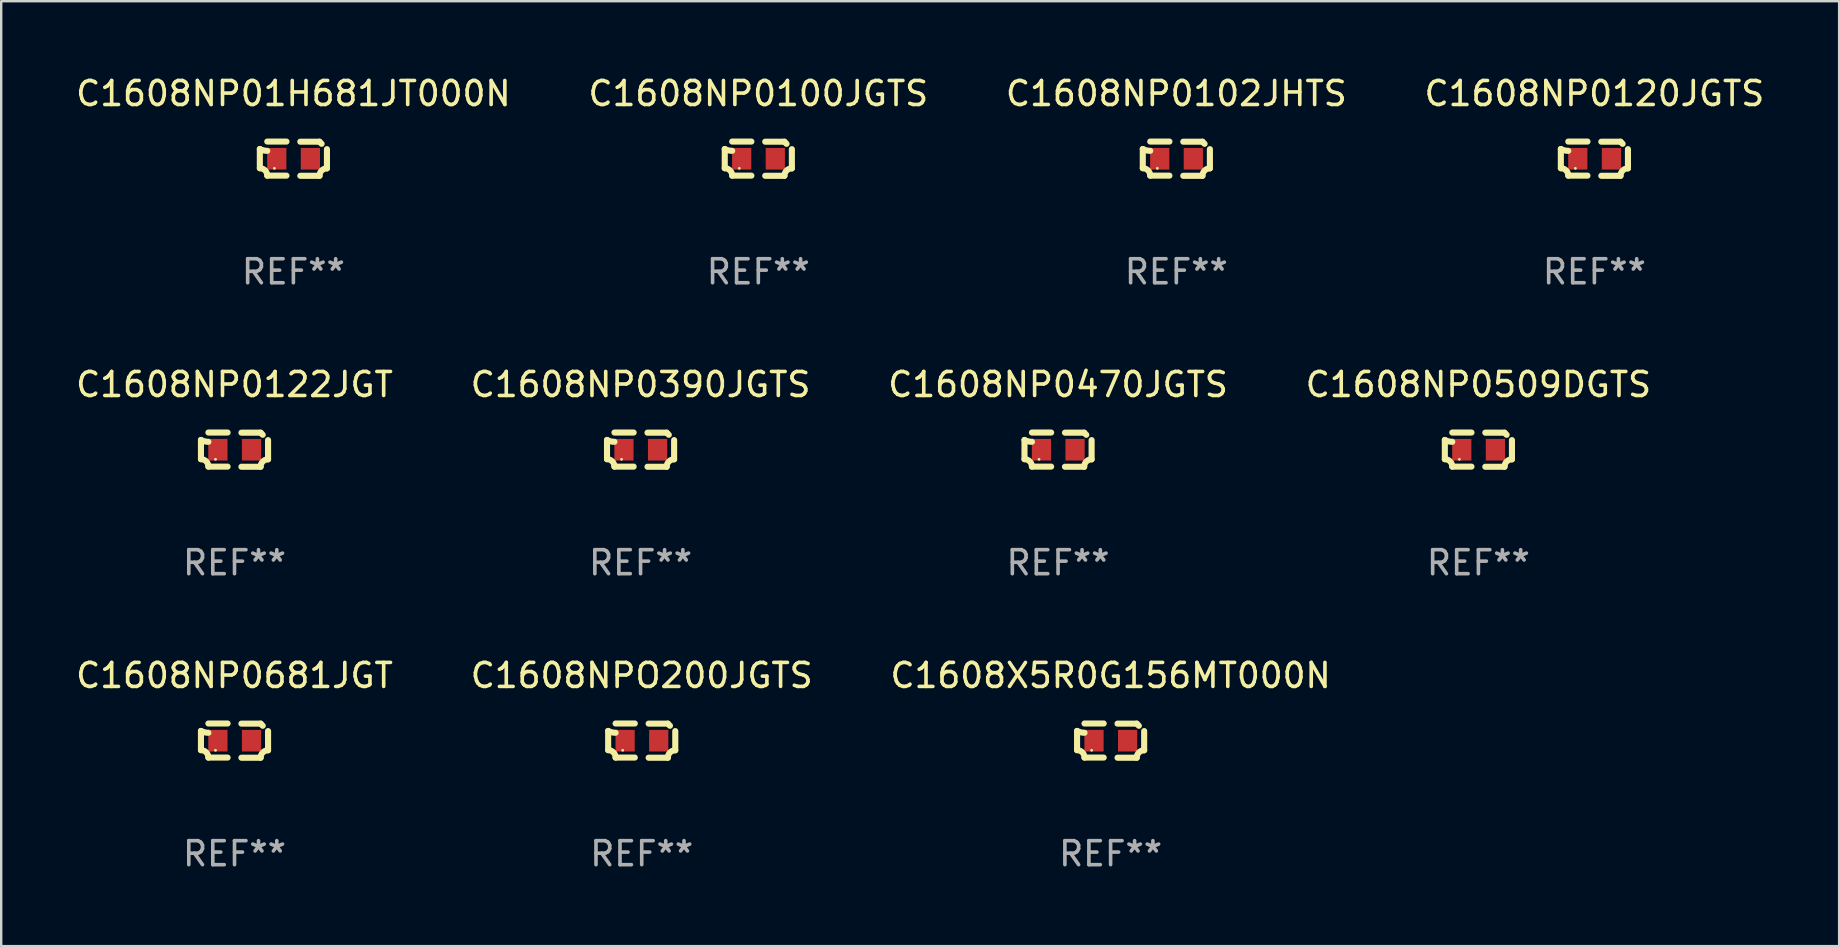
<source format=kicad_pcb>
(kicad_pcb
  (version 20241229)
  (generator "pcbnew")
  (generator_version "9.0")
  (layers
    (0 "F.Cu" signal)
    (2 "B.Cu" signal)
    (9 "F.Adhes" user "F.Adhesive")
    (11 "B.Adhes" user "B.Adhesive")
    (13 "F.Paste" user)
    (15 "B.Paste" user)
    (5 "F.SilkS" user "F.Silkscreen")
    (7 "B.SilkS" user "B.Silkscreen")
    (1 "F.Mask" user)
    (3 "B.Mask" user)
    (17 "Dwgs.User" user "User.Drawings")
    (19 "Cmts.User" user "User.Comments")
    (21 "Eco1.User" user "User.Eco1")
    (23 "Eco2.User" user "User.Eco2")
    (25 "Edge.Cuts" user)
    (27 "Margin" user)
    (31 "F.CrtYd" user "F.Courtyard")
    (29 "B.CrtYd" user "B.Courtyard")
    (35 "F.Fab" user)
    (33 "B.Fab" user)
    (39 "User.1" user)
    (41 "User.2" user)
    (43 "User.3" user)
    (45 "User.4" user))
  (footprint "C1608NP0122JGT"
    (layer "F.Cu")
    (at 6.72 15.683)
    (property "Reference" "C1608NP0122JGT" (at 0 -2.713 0) (layer "F.SilkS") (effects (font (size 1 1) (thickness 0.15))))
    (attr through_hole)
    (fp_line (start -1.398 -0.403) (end -1.398 0.397) (stroke (width 0.254) (type solid)) (layer "F.SilkS"))
    (fp_line (start -0.288 -0.713) (end -1.088 -0.713) (stroke (width 0.254) (type solid)) (layer "F.SilkS"))
    (fp_line (start -0.288 0.707) (end -1.088 0.707) (stroke (width 0.254) (type solid)) (layer "F.SilkS"))
    (fp_line (start 0.288 -0.707) (end 1.088 -0.707) (stroke (width 0.254) (type solid)) (layer "F.SilkS"))
    (fp_line (start 0.288 0.713) (end 1.088 0.713) (stroke (width 0.254) (type solid)) (layer "F.SilkS"))
    (fp_line (start 1.398 -0.397) (end 1.398 0.403) (stroke (width 0.254) (type solid)) (layer "F.SilkS"))
    (fp_arc (start -1.397789 0.397066) (mid -1.178701 0.487826) (end -1.08796 0.706922) (stroke (width 0.254001) (type solid)) (layer "F.SilkS"))
    (fp_arc (start -1.08796 -0.327176) (mid -1.247436 -0.346384) (end -1.39779 -0.402908) (stroke (width 0.254001) (type solid)) (layer "F.SilkS"))
    (fp_arc (start 1.087909 0.712738) (mid 1.178656 0.493655) (end 1.397739 0.402908) (stroke (width 0.254001) (type solid)) (layer "F.SilkS"))
    (fp_arc (start 1.175925 -0.618926) (mid 1.131917 -0.662923) (end 1.08791 -0.706922) (stroke (width 0.254001) (type solid)) (layer "F.SilkS"))
    (fp_circle (center -0.792 0.403) (end -0.762 0.403) (stroke (width 0.06) (type solid)) (fill no) (layer "F.SilkS"))
    (fp_text user "REF**" (at 0 4.713 0) (layer "F.Fab") (effects (font (size 1 1) (thickness 0.15))))
    (pad "1" smd rect (at -0.692 0.003) (size 0.8 0.9) (layers "F.Cu" "F.Mask" "F.Paste"))
    (pad "2" smd rect (at 0.708 0.003) (size 0.8 0.9) (layers "F.Cu" "F.Mask" "F.Paste")))
  (footprint "C1608NPO200JGTS"
    (layer "F.Cu")
    (at 23.685 27.805)
    (property "Reference" "C1608NPO200JGTS" (at 0 -2.713 0) (layer "F.SilkS") (effects (font (size 1 1) (thickness 0.15))))
    (attr through_hole)
    (fp_line (start -1.398 -0.403) (end -1.398 0.397) (stroke (width 0.254) (type solid)) (layer "F.SilkS"))
    (fp_line (start -0.288 -0.713) (end -1.088 -0.713) (stroke (width 0.254) (type solid)) (layer "F.SilkS"))
    (fp_line (start -0.288 0.707) (end -1.088 0.707) (stroke (width 0.254) (type solid)) (layer "F.SilkS"))
    (fp_line (start 0.288 -0.707) (end 1.088 -0.707) (stroke (width 0.254) (type solid)) (layer "F.SilkS"))
    (fp_line (start 0.288 0.713) (end 1.088 0.713) (stroke (width 0.254) (type solid)) (layer "F.SilkS"))
    (fp_line (start 1.398 -0.397) (end 1.398 0.403) (stroke (width 0.254) (type solid)) (layer "F.SilkS"))
    (fp_arc (start -1.397789 0.397066) (mid -1.178701 0.487826) (end -1.08796 0.706922) (stroke (width 0.254001) (type solid)) (layer "F.SilkS"))
    (fp_arc (start -1.08796 -0.327176) (mid -1.247436 -0.346384) (end -1.39779 -0.402908) (stroke (width 0.254001) (type solid)) (layer "F.SilkS"))
    (fp_arc (start 1.087909 0.712738) (mid 1.178656 0.493655) (end 1.397739 0.402908) (stroke (width 0.254001) (type solid)) (layer "F.SilkS"))
    (fp_arc (start 1.175925 -0.618926) (mid 1.131917 -0.662923) (end 1.08791 -0.706922) (stroke (width 0.254001) (type solid)) (layer "F.SilkS"))
    (fp_circle (center -0.792 0.403) (end -0.762 0.403) (stroke (width 0.06) (type solid)) (fill no) (layer "F.SilkS"))
    (fp_text user "REF**" (at 0 4.713 0) (layer "F.Fab") (effects (font (size 1 1) (thickness 0.15))))
    (pad "1" smd rect (at -0.692 0.003) (size 0.8 0.9) (layers "F.Cu" "F.Mask" "F.Paste"))
    (pad "2" smd rect (at 0.708 0.003) (size 0.8 0.9) (layers "F.Cu" "F.Mask" "F.Paste")))
  (footprint "C1608NP0120JGTS"
    (layer "F.Cu")
    (at 63.375 3.561)
    (property "Reference" "C1608NP0120JGTS" (at 0 -2.713 0) (layer "F.SilkS") (effects (font (size 1 1) (thickness 0.15))))
    (attr through_hole)
    (fp_line (start -1.398 -0.403) (end -1.398 0.397) (stroke (width 0.254) (type solid)) (layer "F.SilkS"))
    (fp_line (start -0.288 -0.713) (end -1.088 -0.713) (stroke (width 0.254) (type solid)) (layer "F.SilkS"))
    (fp_line (start -0.288 0.707) (end -1.088 0.707) (stroke (width 0.254) (type solid)) (layer "F.SilkS"))
    (fp_line (start 0.288 -0.707) (end 1.088 -0.707) (stroke (width 0.254) (type solid)) (layer "F.SilkS"))
    (fp_line (start 0.288 0.713) (end 1.088 0.713) (stroke (width 0.254) (type solid)) (layer "F.SilkS"))
    (fp_line (start 1.398 -0.397) (end 1.398 0.403) (stroke (width 0.254) (type solid)) (layer "F.SilkS"))
    (fp_arc (start -1.397789 0.397066) (mid -1.178701 0.487826) (end -1.08796 0.706922) (stroke (width 0.254001) (type solid)) (layer "F.SilkS"))
    (fp_arc (start -1.08796 -0.327176) (mid -1.247436 -0.346384) (end -1.39779 -0.402908) (stroke (width 0.254001) (type solid)) (layer "F.SilkS"))
    (fp_arc (start 1.087909 0.712738) (mid 1.178656 0.493655) (end 1.397739 0.402908) (stroke (width 0.254001) (type solid)) (layer "F.SilkS"))
    (fp_arc (start 1.175925 -0.618926) (mid 1.131917 -0.662923) (end 1.08791 -0.706922) (stroke (width 0.254001) (type solid)) (layer "F.SilkS"))
    (fp_circle (center -0.792 0.403) (end -0.762 0.403) (stroke (width 0.06) (type solid)) (fill no) (layer "F.SilkS"))
    (fp_text user "REF**" (at 0 4.713 0) (layer "F.Fab") (effects (font (size 1 1) (thickness 0.15))))
    (pad "1" smd rect (at -0.692 0.003) (size 0.8 0.9) (layers "F.Cu" "F.Mask" "F.Paste"))
    (pad "2" smd rect (at 0.708 0.003) (size 0.8 0.9) (layers "F.Cu" "F.Mask" "F.Paste")))
  (footprint "C1608NP01H681JT000N"
    (layer "F.Cu")
    (at 9.173 3.561)
    (property "Reference" "C1608NP01H681JT000N" (at 0 -2.713 0) (layer "F.SilkS") (effects (font (size 1 1) (thickness 0.15))))
    (attr through_hole)
    (fp_line (start -1.398 -0.403) (end -1.398 0.397) (stroke (width 0.254) (type solid)) (layer "F.SilkS"))
    (fp_line (start -0.288 -0.713) (end -1.088 -0.713) (stroke (width 0.254) (type solid)) (layer "F.SilkS"))
    (fp_line (start -0.288 0.707) (end -1.088 0.707) (stroke (width 0.254) (type solid)) (layer "F.SilkS"))
    (fp_line (start 0.288 -0.707) (end 1.088 -0.707) (stroke (width 0.254) (type solid)) (layer "F.SilkS"))
    (fp_line (start 0.288 0.713) (end 1.088 0.713) (stroke (width 0.254) (type solid)) (layer "F.SilkS"))
    (fp_line (start 1.398 -0.397) (end 1.398 0.403) (stroke (width 0.254) (type solid)) (layer "F.SilkS"))
    (fp_arc (start -1.397789 0.397066) (mid -1.178701 0.487826) (end -1.08796 0.706922) (stroke (width 0.254001) (type solid)) (layer "F.SilkS"))
    (fp_arc (start -1.08796 -0.327176) (mid -1.247436 -0.346384) (end -1.39779 -0.402908) (stroke (width 0.254001) (type solid)) (layer "F.SilkS"))
    (fp_arc (start 1.087909 0.712738) (mid 1.178656 0.493655) (end 1.397739 0.402908) (stroke (width 0.254001) (type solid)) (layer "F.SilkS"))
    (fp_arc (start 1.175925 -0.618926) (mid 1.131917 -0.662923) (end 1.08791 -0.706922) (stroke (width 0.254001) (type solid)) (layer "F.SilkS"))
    (fp_circle (center -0.792 0.403) (end -0.762 0.403) (stroke (width 0.06) (type solid)) (fill no) (layer "F.SilkS"))
    (fp_text user "REF**" (at 0 4.713 0) (layer "F.Fab") (effects (font (size 1 1) (thickness 0.15))))
    (pad "1" smd rect (at -0.692 0.003) (size 0.8 0.9) (layers "F.Cu" "F.Mask" "F.Paste"))
    (pad "2" smd rect (at 0.708 0.003) (size 0.8 0.9) (layers "F.Cu" "F.Mask" "F.Paste")))
  (footprint "C1608NP0509DGTS"
    (layer "F.Cu")
    (at 58.542 15.683)
    (property "Reference" "C1608NP0509DGTS" (at 0 -2.713 0) (layer "F.SilkS") (effects (font (size 1 1) (thickness 0.15))))
    (attr through_hole)
    (fp_line (start -1.398 -0.403) (end -1.398 0.397) (stroke (width 0.254) (type solid)) (layer "F.SilkS"))
    (fp_line (start -0.288 -0.713) (end -1.088 -0.713) (stroke (width 0.254) (type solid)) (layer "F.SilkS"))
    (fp_line (start -0.288 0.707) (end -1.088 0.707) (stroke (width 0.254) (type solid)) (layer "F.SilkS"))
    (fp_line (start 0.288 -0.707) (end 1.088 -0.707) (stroke (width 0.254) (type solid)) (layer "F.SilkS"))
    (fp_line (start 0.288 0.713) (end 1.088 0.713) (stroke (width 0.254) (type solid)) (layer "F.SilkS"))
    (fp_line (start 1.398 -0.397) (end 1.398 0.403) (stroke (width 0.254) (type solid)) (layer "F.SilkS"))
    (fp_arc (start -1.397789 0.397066) (mid -1.178701 0.487826) (end -1.08796 0.706922) (stroke (width 0.254001) (type solid)) (layer "F.SilkS"))
    (fp_arc (start -1.08796 -0.327176) (mid -1.247436 -0.346384) (end -1.39779 -0.402908) (stroke (width 0.254001) (type solid)) (layer "F.SilkS"))
    (fp_arc (start 1.087909 0.712738) (mid 1.178656 0.493655) (end 1.397739 0.402908) (stroke (width 0.254001) (type solid)) (layer "F.SilkS"))
    (fp_arc (start 1.175925 -0.618926) (mid 1.131917 -0.662923) (end 1.08791 -0.706922) (stroke (width 0.254001) (type solid)) (layer "F.SilkS"))
    (fp_circle (center -0.792 0.403) (end -0.762 0.403) (stroke (width 0.06) (type solid)) (fill no) (layer "F.SilkS"))
    (fp_text user "REF**" (at 0 4.713 0) (layer "F.Fab") (effects (font (size 1 1) (thickness 0.15))))
    (pad "1" smd rect (at -0.692 0.003) (size 0.8 0.9) (layers "F.Cu" "F.Mask" "F.Paste"))
    (pad "2" smd rect (at 0.708 0.003) (size 0.8 0.9) (layers "F.Cu" "F.Mask" "F.Paste")))
  (footprint "C1608NP0100JGTS"
    (layer "F.Cu")
    (at 28.542 3.561)
    (property "Reference" "C1608NP0100JGTS" (at 0 -2.713 0) (layer "F.SilkS") (effects (font (size 1 1) (thickness 0.15))))
    (attr through_hole)
    (fp_line (start -1.398 -0.403) (end -1.398 0.397) (stroke (width 0.254) (type solid)) (layer "F.SilkS"))
    (fp_line (start -0.288 -0.713) (end -1.088 -0.713) (stroke (width 0.254) (type solid)) (layer "F.SilkS"))
    (fp_line (start -0.288 0.707) (end -1.088 0.707) (stroke (width 0.254) (type solid)) (layer "F.SilkS"))
    (fp_line (start 0.288 -0.707) (end 1.088 -0.707) (stroke (width 0.254) (type solid)) (layer "F.SilkS"))
    (fp_line (start 0.288 0.713) (end 1.088 0.713) (stroke (width 0.254) (type solid)) (layer "F.SilkS"))
    (fp_line (start 1.398 -0.397) (end 1.398 0.403) (stroke (width 0.254) (type solid)) (layer "F.SilkS"))
    (fp_arc (start -1.397789 0.397066) (mid -1.178701 0.487826) (end -1.08796 0.706922) (stroke (width 0.254001) (type solid)) (layer "F.SilkS"))
    (fp_arc (start -1.08796 -0.327176) (mid -1.247436 -0.346384) (end -1.39779 -0.402908) (stroke (width 0.254001) (type solid)) (layer "F.SilkS"))
    (fp_arc (start 1.087909 0.712738) (mid 1.178656 0.493655) (end 1.397739 0.402908) (stroke (width 0.254001) (type solid)) (layer "F.SilkS"))
    (fp_arc (start 1.175925 -0.618926) (mid 1.131917 -0.662923) (end 1.08791 -0.706922) (stroke (width 0.254001) (type solid)) (layer "F.SilkS"))
    (fp_circle (center -0.792 0.403) (end -0.762 0.403) (stroke (width 0.06) (type solid)) (fill no) (layer "F.SilkS"))
    (fp_text user "REF**" (at 0 4.713 0) (layer "F.Fab") (effects (font (size 1 1) (thickness 0.15))))
    (pad "1" smd rect (at -0.692 0.003) (size 0.8 0.9) (layers "F.Cu" "F.Mask" "F.Paste"))
    (pad "2" smd rect (at 0.708 0.003) (size 0.8 0.9) (layers "F.Cu" "F.Mask" "F.Paste")))
  (footprint "C1608NP0681JGT"
    (layer "F.Cu")
    (at 6.72 27.805)
    (property "Reference" "C1608NP0681JGT" (at 0 -2.713 0) (layer "F.SilkS") (effects (font (size 1 1) (thickness 0.15))))
    (attr through_hole)
    (fp_line (start -1.398 -0.403) (end -1.398 0.397) (stroke (width 0.254) (type solid)) (layer "F.SilkS"))
    (fp_line (start -0.288 -0.713) (end -1.088 -0.713) (stroke (width 0.254) (type solid)) (layer "F.SilkS"))
    (fp_line (start -0.288 0.707) (end -1.088 0.707) (stroke (width 0.254) (type solid)) (layer "F.SilkS"))
    (fp_line (start 0.288 -0.707) (end 1.088 -0.707) (stroke (width 0.254) (type solid)) (layer "F.SilkS"))
    (fp_line (start 0.288 0.713) (end 1.088 0.713) (stroke (width 0.254) (type solid)) (layer "F.SilkS"))
    (fp_line (start 1.398 -0.397) (end 1.398 0.403) (stroke (width 0.254) (type solid)) (layer "F.SilkS"))
    (fp_arc (start -1.397789 0.397066) (mid -1.178701 0.487826) (end -1.08796 0.706922) (stroke (width 0.254001) (type solid)) (layer "F.SilkS"))
    (fp_arc (start -1.08796 -0.327176) (mid -1.247436 -0.346384) (end -1.39779 -0.402908) (stroke (width 0.254001) (type solid)) (layer "F.SilkS"))
    (fp_arc (start 1.087909 0.712738) (mid 1.178656 0.493655) (end 1.397739 0.402908) (stroke (width 0.254001) (type solid)) (layer "F.SilkS"))
    (fp_arc (start 1.175925 -0.618926) (mid 1.131917 -0.662923) (end 1.08791 -0.706922) (stroke (width 0.254001) (type solid)) (layer "F.SilkS"))
    (fp_circle (center -0.792 0.403) (end -0.762 0.403) (stroke (width 0.06) (type solid)) (fill no) (layer "F.SilkS"))
    (fp_text user "REF**" (at 0 4.713 0) (layer "F.Fab") (effects (font (size 1 1) (thickness 0.15))))
    (pad "1" smd rect (at -0.692 0.003) (size 0.8 0.9) (layers "F.Cu" "F.Mask" "F.Paste"))
    (pad "2" smd rect (at 0.708 0.003) (size 0.8 0.9) (layers "F.Cu" "F.Mask" "F.Paste")))
  (footprint "C1608X5R0G156MT000N"
    (layer "F.Cu")
    (at 43.22 27.805)
    (property "Reference" "C1608X5R0G156MT000N" (at 0 -2.713 0) (layer "F.SilkS") (effects (font (size 1 1) (thickness 0.15))))
    (attr through_hole)
    (fp_line (start -1.398 -0.403) (end -1.398 0.397) (stroke (width 0.254) (type solid)) (layer "F.SilkS"))
    (fp_line (start -0.288 -0.713) (end -1.088 -0.713) (stroke (width 0.254) (type solid)) (layer "F.SilkS"))
    (fp_line (start -0.288 0.707) (end -1.088 0.707) (stroke (width 0.254) (type solid)) (layer "F.SilkS"))
    (fp_line (start 0.288 -0.707) (end 1.088 -0.707) (stroke (width 0.254) (type solid)) (layer "F.SilkS"))
    (fp_line (start 0.288 0.713) (end 1.088 0.713) (stroke (width 0.254) (type solid)) (layer "F.SilkS"))
    (fp_line (start 1.398 -0.397) (end 1.398 0.403) (stroke (width 0.254) (type solid)) (layer "F.SilkS"))
    (fp_arc (start -1.397789 0.397066) (mid -1.178701 0.487826) (end -1.08796 0.706922) (stroke (width 0.254001) (type solid)) (layer "F.SilkS"))
    (fp_arc (start -1.08796 -0.327176) (mid -1.247436 -0.346384) (end -1.39779 -0.402908) (stroke (width 0.254001) (type solid)) (layer "F.SilkS"))
    (fp_arc (start 1.087909 0.712738) (mid 1.178656 0.493655) (end 1.397739 0.402908) (stroke (width 0.254001) (type solid)) (layer "F.SilkS"))
    (fp_arc (start 1.175925 -0.618926) (mid 1.131917 -0.662923) (end 1.08791 -0.706922) (stroke (width 0.254001) (type solid)) (layer "F.SilkS"))
    (fp_circle (center -0.792 0.403) (end -0.762 0.403) (stroke (width 0.06) (type solid)) (fill no) (layer "F.SilkS"))
    (fp_text user "REF**" (at 0 4.713 0) (layer "F.Fab") (effects (font (size 1 1) (thickness 0.15))))
    (pad "1" smd rect (at -0.692 0.003) (size 0.8 0.9) (layers "F.Cu" "F.Mask" "F.Paste"))
    (pad "2" smd rect (at 0.708 0.003) (size 0.8 0.9) (layers "F.Cu" "F.Mask" "F.Paste")))
  (footprint "C1608NP0390JGTS"
    (layer "F.Cu")
    (at 23.637 15.683)
    (property "Reference" "C1608NP0390JGTS" (at 0 -2.713 0) (layer "F.SilkS") (effects (font (size 1 1) (thickness 0.15))))
    (attr through_hole)
    (fp_line (start -1.398 -0.403) (end -1.398 0.397) (stroke (width 0.254) (type solid)) (layer "F.SilkS"))
    (fp_line (start -0.288 -0.713) (end -1.088 -0.713) (stroke (width 0.254) (type solid)) (layer "F.SilkS"))
    (fp_line (start -0.288 0.707) (end -1.088 0.707) (stroke (width 0.254) (type solid)) (layer "F.SilkS"))
    (fp_line (start 0.288 -0.707) (end 1.088 -0.707) (stroke (width 0.254) (type solid)) (layer "F.SilkS"))
    (fp_line (start 0.288 0.713) (end 1.088 0.713) (stroke (width 0.254) (type solid)) (layer "F.SilkS"))
    (fp_line (start 1.398 -0.397) (end 1.398 0.403) (stroke (width 0.254) (type solid)) (layer "F.SilkS"))
    (fp_arc (start -1.397789 0.397066) (mid -1.178701 0.487826) (end -1.08796 0.706922) (stroke (width 0.254001) (type solid)) (layer "F.SilkS"))
    (fp_arc (start -1.08796 -0.327176) (mid -1.247436 -0.346384) (end -1.39779 -0.402908) (stroke (width 0.254001) (type solid)) (layer "F.SilkS"))
    (fp_arc (start 1.087909 0.712738) (mid 1.178656 0.493655) (end 1.397739 0.402908) (stroke (width 0.254001) (type solid)) (layer "F.SilkS"))
    (fp_arc (start 1.175925 -0.618926) (mid 1.131917 -0.662923) (end 1.08791 -0.706922) (stroke (width 0.254001) (type solid)) (layer "F.SilkS"))
    (fp_circle (center -0.792 0.403) (end -0.762 0.403) (stroke (width 0.06) (type solid)) (fill no) (layer "F.SilkS"))
    (fp_text user "REF**" (at 0 4.713 0) (layer "F.Fab") (effects (font (size 1 1) (thickness 0.15))))
    (pad "1" smd rect (at -0.692 0.003) (size 0.8 0.9) (layers "F.Cu" "F.Mask" "F.Paste"))
    (pad "2" smd rect (at 0.708 0.003) (size 0.8 0.9) (layers "F.Cu" "F.Mask" "F.Paste")))
  (footprint "C1608NP0470JGTS"
    (layer "F.Cu")
    (at 41.03 15.683)
    (property "Reference" "C1608NP0470JGTS" (at 0 -2.713 0) (layer "F.SilkS") (effects (font (size 1 1) (thickness 0.15))))
    (attr through_hole)
    (fp_line (start -1.398 -0.403) (end -1.398 0.397) (stroke (width 0.254) (type solid)) (layer "F.SilkS"))
    (fp_line (start -0.288 -0.713) (end -1.088 -0.713) (stroke (width 0.254) (type solid)) (layer "F.SilkS"))
    (fp_line (start -0.288 0.707) (end -1.088 0.707) (stroke (width 0.254) (type solid)) (layer "F.SilkS"))
    (fp_line (start 0.288 -0.707) (end 1.088 -0.707) (stroke (width 0.254) (type solid)) (layer "F.SilkS"))
    (fp_line (start 0.288 0.713) (end 1.088 0.713) (stroke (width 0.254) (type solid)) (layer "F.SilkS"))
    (fp_line (start 1.398 -0.397) (end 1.398 0.403) (stroke (width 0.254) (type solid)) (layer "F.SilkS"))
    (fp_arc (start -1.397789 0.397066) (mid -1.178701 0.487826) (end -1.08796 0.706922) (stroke (width 0.254001) (type solid)) (layer "F.SilkS"))
    (fp_arc (start -1.08796 -0.327176) (mid -1.247436 -0.346384) (end -1.39779 -0.402908) (stroke (width 0.254001) (type solid)) (layer "F.SilkS"))
    (fp_arc (start 1.087909 0.712738) (mid 1.178656 0.493655) (end 1.397739 0.402908) (stroke (width 0.254001) (type solid)) (layer "F.SilkS"))
    (fp_arc (start 1.175925 -0.618926) (mid 1.131917 -0.662923) (end 1.08791 -0.706922) (stroke (width 0.254001) (type solid)) (layer "F.SilkS"))
    (fp_circle (center -0.792 0.403) (end -0.762 0.403) (stroke (width 0.06) (type solid)) (fill no) (layer "F.SilkS"))
    (fp_text user "REF**" (at 0 4.713 0) (layer "F.Fab") (effects (font (size 1 1) (thickness 0.15))))
    (pad "1" smd rect (at -0.692 0.003) (size 0.8 0.9) (layers "F.Cu" "F.Mask" "F.Paste"))
    (pad "2" smd rect (at 0.708 0.003) (size 0.8 0.9) (layers "F.Cu" "F.Mask" "F.Paste")))
  (footprint "C1608NP0102JHTS"
    (layer "F.Cu")
    (at 45.958 3.561)
    (property "Reference" "C1608NP0102JHTS" (at 0 -2.713 0) (layer "F.SilkS") (effects (font (size 1 1) (thickness 0.15))))
    (attr through_hole)
    (fp_line (start -1.398 -0.403) (end -1.398 0.397) (stroke (width 0.254) (type solid)) (layer "F.SilkS"))
    (fp_line (start -0.288 -0.713) (end -1.088 -0.713) (stroke (width 0.254) (type solid)) (layer "F.SilkS"))
    (fp_line (start -0.288 0.707) (end -1.088 0.707) (stroke (width 0.254) (type solid)) (layer "F.SilkS"))
    (fp_line (start 0.288 -0.707) (end 1.088 -0.707) (stroke (width 0.254) (type solid)) (layer "F.SilkS"))
    (fp_line (start 0.288 0.713) (end 1.088 0.713) (stroke (width 0.254) (type solid)) (layer "F.SilkS"))
    (fp_line (start 1.398 -0.397) (end 1.398 0.403) (stroke (width 0.254) (type solid)) (layer "F.SilkS"))
    (fp_arc (start -1.397789 0.397066) (mid -1.178701 0.487826) (end -1.08796 0.706922) (stroke (width 0.254001) (type solid)) (layer "F.SilkS"))
    (fp_arc (start -1.08796 -0.327176) (mid -1.247436 -0.346384) (end -1.39779 -0.402908) (stroke (width 0.254001) (type solid)) (layer "F.SilkS"))
    (fp_arc (start 1.087909 0.712738) (mid 1.178656 0.493655) (end 1.397739 0.402908) (stroke (width 0.254001) (type solid)) (layer "F.SilkS"))
    (fp_arc (start 1.175925 -0.618926) (mid 1.131917 -0.662923) (end 1.08791 -0.706922) (stroke (width 0.254001) (type solid)) (layer "F.SilkS"))
    (fp_circle (center -0.792 0.403) (end -0.762 0.403) (stroke (width 0.06) (type solid)) (fill no) (layer "F.SilkS"))
    (fp_text user "REF**" (at 0 4.713 0) (layer "F.Fab") (effects (font (size 1 1) (thickness 0.15))))
    (pad "1" smd rect (at -0.692 0.003) (size 0.8 0.9) (layers "F.Cu" "F.Mask" "F.Paste"))
    (pad "2" smd rect (at 0.708 0.003) (size 0.8 0.9) (layers "F.Cu" "F.Mask" "F.Paste")))
  (gr_rect
    (start -3 -3)
    (end 73.571 36.366)
    (stroke (width 0.1) (type default))
    (fill no)
    (layer "Edge.Cuts")))
</source>
